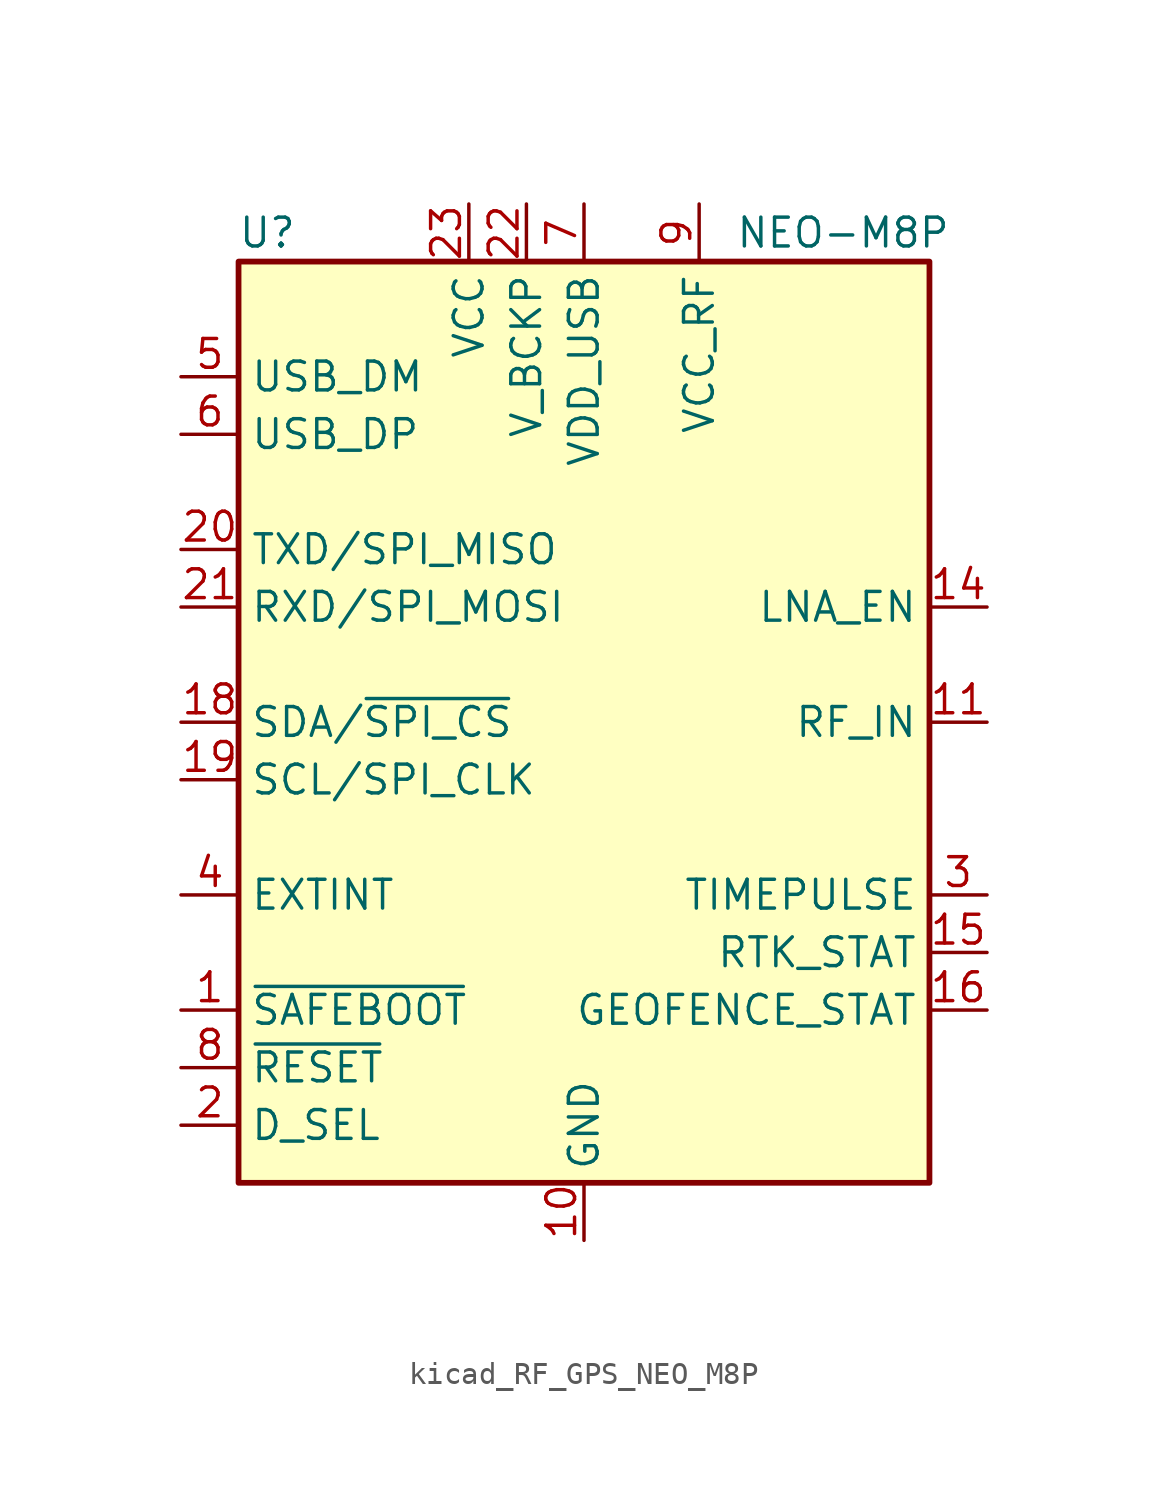
<source format=kicad_sym>
(kicad_symbol_lib
  (version 20220914)
  (generator kicad_symbol_editor)
  (symbol "kicad_RF_GPS_NEO_M8P"
    (property "Reference" "U"
      (at -13.97 21.59 0)
      (effects (font (size 1.27 1.27))))
    (property "Value" "NEO-M8P"
      (at 11.43 21.59 0)
      (effects (font (size 1.27 1.27))))
    (symbol "kicad_RF_GPS_NEO_M8P_0_1"
      (rectangle (start -15.24 20.32) (end 15.24 -20.32) (stroke (width 0.254) (type default)) (fill (type background))))
    (symbol "kicad_RF_GPS_NEO_M8P_1_1"
      (pin input line (at -17.78 -12.7 0) (length 2.54) (name "~{SAFEBOOT}" (effects (font (size 1.27 1.27)))) (number "1" (effects (font (size 1.27 1.27)))))
      (pin power_in line (at 0 -22.86 90) (length 2.54) (name "GND" (effects (font (size 1.27 1.27)))) (number "10" (effects (font (size 1.27 1.27)))))
      (pin input line (at 17.78 0 180) (length 2.54) (name "RF_IN" (effects (font (size 1.27 1.27)))) (number "11" (effects (font (size 1.27 1.27)))))
      (pin passive line (at 0 -22.86 90) (length 2.54) hide (name "GND" (effects (font (size 1.27 1.27)))) (number "12" (effects (font (size 1.27 1.27)))))
      (pin passive line (at 0 -22.86 90) (length 2.54) hide (name "GND" (effects (font (size 1.27 1.27)))) (number "13" (effects (font (size 1.27 1.27)))))
      (pin output line (at 17.78 5.08 180) (length 2.54) (name "LNA_EN" (effects (font (size 1.27 1.27)))) (number "14" (effects (font (size 1.27 1.27)))))
      (pin output line (at 17.78 -10.16 180) (length 2.54) (name "RTK_STAT" (effects (font (size 1.27 1.27)))) (number "15" (effects (font (size 1.27 1.27)))))
      (pin output line (at 17.78 -12.7 180) (length 2.54) (name "GEOFENCE_STAT" (effects (font (size 1.27 1.27)))) (number "16" (effects (font (size 1.27 1.27)))))
      (pin no_connect line (at 15.24 -17.78 180) (length 2.54) hide (name "RESERVED" (effects (font (size 1.27 1.27)))) (number "17" (effects (font (size 1.27 1.27)))))
      (pin bidirectional line (at -17.78 0 0) (length 2.54) (name "SDA/~{SPI_CS}" (effects (font (size 1.27 1.27)))) (number "18" (effects (font (size 1.27 1.27)))))
      (pin input line (at -17.78 -2.54 0) (length 2.54) (name "SCL/SPI_CLK" (effects (font (size 1.27 1.27)))) (number "19" (effects (font (size 1.27 1.27)))))
      (pin input line (at -17.78 -17.78 0) (length 2.54) (name "D_SEL" (effects (font (size 1.27 1.27)))) (number "2" (effects (font (size 1.27 1.27)))))
      (pin output line (at -17.78 7.62 0) (length 2.54) (name "TXD/SPI_MISO" (effects (font (size 1.27 1.27)))) (number "20" (effects (font (size 1.27 1.27)))))
      (pin input line (at -17.78 5.08 0) (length 2.54) (name "RXD/SPI_MOSI" (effects (font (size 1.27 1.27)))) (number "21" (effects (font (size 1.27 1.27)))))
      (pin power_in line (at -2.54 22.86 270) (length 2.54) (name "V_BCKP" (effects (font (size 1.27 1.27)))) (number "22" (effects (font (size 1.27 1.27)))))
      (pin power_in line (at -5.08 22.86 270) (length 2.54) (name "VCC" (effects (font (size 1.27 1.27)))) (number "23" (effects (font (size 1.27 1.27)))))
      (pin passive line (at 0 -22.86 90) (length 2.54) hide (name "GND" (effects (font (size 1.27 1.27)))) (number "24" (effects (font (size 1.27 1.27)))))
      (pin output line (at 17.78 -7.62 180) (length 2.54) (name "TIMEPULSE" (effects (font (size 1.27 1.27)))) (number "3" (effects (font (size 1.27 1.27)))))
      (pin input line (at -17.78 -7.62 0) (length 2.54) (name "EXTINT" (effects (font (size 1.27 1.27)))) (number "4" (effects (font (size 1.27 1.27)))))
      (pin bidirectional line (at -17.78 15.24 0) (length 2.54) (name "USB_DM" (effects (font (size 1.27 1.27)))) (number "5" (effects (font (size 1.27 1.27)))))
      (pin bidirectional line (at -17.78 12.7 0) (length 2.54) (name "USB_DP" (effects (font (size 1.27 1.27)))) (number "6" (effects (font (size 1.27 1.27)))))
      (pin power_in line (at 0 22.86 270) (length 2.54) (name "VDD_USB" (effects (font (size 1.27 1.27)))) (number "7" (effects (font (size 1.27 1.27)))))
      (pin input line (at -17.78 -15.24 0) (length 2.54) (name "~{RESET}" (effects (font (size 1.27 1.27)))) (number "8" (effects (font (size 1.27 1.27)))))
      (pin power_out line (at 5.08 22.86 270) (length 2.54) (name "VCC_RF" (effects (font (size 1.27 1.27)))) (number "9" (effects (font (size 1.27 1.27))))))))
</source>
